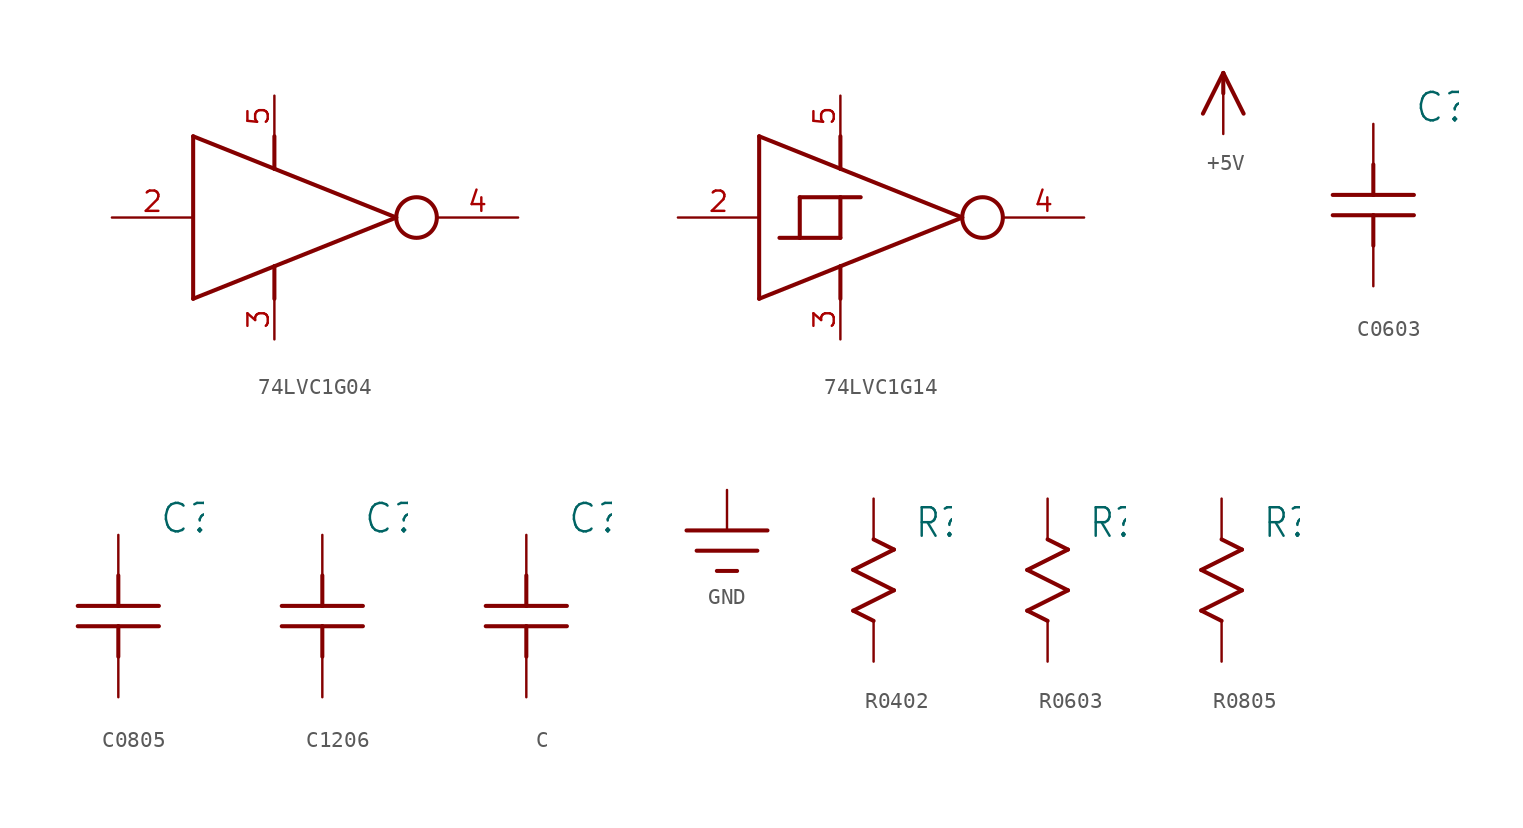
<source format=kicad_sym>
(kicad_symbol_lib
  (version 20231120)
  (generator "kicad_symbol_editor")
  (generator_version "8.0")
  (symbol "74LVC1G04"
    (property "Reference" ""
      (at 5.08 7.62 0)
      (effects (font (size 1.27 1.079)) (justify left bottom) (hide yes)))
    (property "Value" ""
      (at 5.08 5.08 0)
      (effects (font (size 1.27 1.079)) (justify left bottom)))
    (property "ki_locked" ""
      (at 0 0 0)
      (effects (font (size 1.27 1.27))))
    (symbol "74LVC1G04_1_0"
      (polyline (pts (xy -5.08 -5.08) (xy 0 -3.048)) (stroke (width 0.254) (type solid)) (fill (type none)))
      (polyline (pts (xy -5.08 5.08) (xy -5.08 -5.08)) (stroke (width 0.254) (type solid)) (fill (type none)))
      (polyline (pts (xy 0 -5.08) (xy 0 -3.048)) (stroke (width 0.254) (type solid)) (fill (type none)))
      (polyline (pts (xy 0 -3.048) (xy 7.62 0)) (stroke (width 0.254) (type solid)) (fill (type none)))
      (polyline (pts (xy 0 3.048) (xy -5.08 5.08)) (stroke (width 0.254) (type solid)) (fill (type none)))
      (polyline (pts (xy 0 5.08) (xy 0 3.048)) (stroke (width 0.254) (type solid)) (fill (type none)))
      (polyline (pts (xy 7.62 0) (xy 0 3.048)) (stroke (width 0.254) (type solid)) (fill (type none)))
      (circle (center 8.89 0) (radius 1.27) (stroke (width 0.254) (type solid)) (fill (type none)))
      (pin bidirectional line (at -10.16 0 0) (length 5.08) (name "IN" (effects (font (size 0 0)))) (number "2" (effects (font (size 1.27 1.27)))))
      (pin bidirectional line (at 0 -7.62 90) (length 2.54) (name "GND" (effects (font (size 0 0)))) (number "3" (effects (font (size 1.27 1.27)))))
      (pin bidirectional line (at 15.24 0 180) (length 5.08) (name "OUT" (effects (font (size 0 0)))) (number "4" (effects (font (size 1.27 1.27)))))
      (pin bidirectional line (at 0 7.62 270) (length 2.54) (name "VCC" (effects (font (size 0 0)))) (number "5" (effects (font (size 1.27 1.27)))))))
  (symbol "74LVC1G14"
    (property "Reference" ""
      (at 5.08 7.62 0)
      (effects (font (size 1.27 1.079)) (justify left bottom) (hide yes)))
    (property "Value" ""
      (at 5.08 5.08 0)
      (effects (font (size 1.27 1.079)) (justify left bottom)))
    (property "ki_locked" ""
      (at 0 0 0)
      (effects (font (size 1.27 1.27))))
    (symbol "74LVC1G14_1_0"
      (polyline (pts (xy -5.08 -5.08) (xy 0 -3.048)) (stroke (width 0.254) (type solid)) (fill (type none)))
      (polyline (pts (xy -5.08 5.08) (xy -5.08 -5.08)) (stroke (width 0.254) (type solid)) (fill (type none)))
      (polyline (pts (xy -2.54 -1.27) (xy -3.81 -1.27)) (stroke (width 0.254) (type solid)) (fill (type none)))
      (polyline (pts (xy -2.54 1.27) (xy -2.54 -1.27)) (stroke (width 0.254) (type solid)) (fill (type none)))
      (polyline (pts (xy -2.54 1.27) (xy 0 1.27)) (stroke (width 0.254) (type solid)) (fill (type none)))
      (polyline (pts (xy 0 -5.08) (xy 0 -3.048)) (stroke (width 0.254) (type solid)) (fill (type none)))
      (polyline (pts (xy 0 -3.048) (xy 7.62 0)) (stroke (width 0.254) (type solid)) (fill (type none)))
      (polyline (pts (xy 0 -1.27) (xy -2.54 -1.27)) (stroke (width 0.254) (type solid)) (fill (type none)))
      (polyline (pts (xy 0 1.27) (xy 0 -1.27)) (stroke (width 0.254) (type solid)) (fill (type none)))
      (polyline (pts (xy 0 1.27) (xy 1.27 1.27)) (stroke (width 0.254) (type solid)) (fill (type none)))
      (polyline (pts (xy 0 3.048) (xy -5.08 5.08)) (stroke (width 0.254) (type solid)) (fill (type none)))
      (polyline (pts (xy 0 5.08) (xy 0 3.048)) (stroke (width 0.254) (type solid)) (fill (type none)))
      (polyline (pts (xy 7.62 0) (xy 0 3.048)) (stroke (width 0.254) (type solid)) (fill (type none)))
      (circle (center 8.89 0) (radius 1.27) (stroke (width 0.254) (type solid)) (fill (type none)))
      (pin bidirectional line (at -10.16 0 0) (length 5.08) (name "IN" (effects (font (size 0 0)))) (number "2" (effects (font (size 1.27 1.27)))))
      (pin bidirectional line (at 0 -7.62 90) (length 2.54) (name "GND" (effects (font (size 0 0)))) (number "3" (effects (font (size 1.27 1.27)))))
      (pin bidirectional line (at 15.24 0 180) (length 5.08) (name "OUT" (effects (font (size 0 0)))) (number "4" (effects (font (size 1.27 1.27)))))
      (pin bidirectional line (at 0 7.62 270) (length 2.54) (name "VCC" (effects (font (size 0 0)))) (number "5" (effects (font (size 1.27 1.27)))))))
  (symbol "+5V"
    (power)
    (property "Reference" ""
      (at 0 0 0)
      (effects (font (size 1.27 1.27)) (hide yes)))
    (property "Value" ""
      (at 1.27 0 0)
      (effects (font (size 1.27 1.079)) (justify left bottom)))
    (property "ki_locked" ""
      (at 0 0 0)
      (effects (font (size 1.27 1.27))))
    (symbol "+5V_1_0"
      (polyline (pts (xy 0 0) (xy 0 1.27)) (stroke (width 0.254) (type solid)) (fill (type none)))
      (polyline (pts (xy 0 1.27) (xy -1.27 -1.27)) (stroke (width 0.254) (type solid)) (fill (type none)))
      (polyline (pts (xy 0 1.27) (xy 1.27 -1.27)) (stroke (width 0.254) (type solid)) (fill (type none)))
      (pin power_in line (at 0 -2.54 90) (length 2.54) (name "+5V" (effects (font (size 0 0)))) (number "1" (effects (font (size 0 0)))))))
  (symbol "C0603"
    (property "Reference" "C"
      (at 2.54 5.08 0)
      (effects (font (size 1.778 1.778)) (justify left bottom)))
    (property "Value" ""
      (at 2.54 2.54 0)
      (effects (font (size 1.778 1.778)) (justify left bottom)))
    (property "ki_locked" ""
      (at 0 0 0)
      (effects (font (size 1.27 1.27))))
    (symbol "C0603_1_0"
      (polyline (pts (xy -2.54 0.635) (xy 0 0.635)) (stroke (width 0.254) (type solid)) (fill (type none)))
      (polyline (pts (xy 0 -0.635) (xy -2.54 -0.635)) (stroke (width 0.254) (type solid)) (fill (type none)))
      (polyline (pts (xy 0 -0.635) (xy 0 -2.54)) (stroke (width 0.254) (type solid)) (fill (type none)))
      (polyline (pts (xy 0 0.635) (xy 2.54 0.635)) (stroke (width 0.254) (type solid)) (fill (type none)))
      (polyline (pts (xy 0 2.54) (xy 0 0.635)) (stroke (width 0.254) (type solid)) (fill (type none)))
      (polyline (pts (xy 2.54 -0.635) (xy 0 -0.635)) (stroke (width 0.254) (type solid)) (fill (type none)))
      (pin bidirectional line (at 0 -5.08 90) (length 2.54) (name "P$1" (effects (font (size 0 0)))) (number "P$1" (effects (font (size 0 0)))))
      (pin bidirectional line (at 0 5.08 270) (length 2.54) (name "P$2" (effects (font (size 0 0)))) (number "P$2" (effects (font (size 0 0)))))))
  (symbol "C0805"
    (property "Reference" "C"
      (at 2.54 5.08 0)
      (effects (font (size 1.778 1.778)) (justify left bottom)))
    (property "Value" ""
      (at 2.54 2.54 0)
      (effects (font (size 1.778 1.778)) (justify left bottom)))
    (property "ki_locked" ""
      (at 0 0 0)
      (effects (font (size 1.27 1.27))))
    (symbol "C0805_1_0"
      (polyline (pts (xy -2.54 0.635) (xy 0 0.635)) (stroke (width 0.254) (type solid)) (fill (type none)))
      (polyline (pts (xy 0 -0.635) (xy -2.54 -0.635)) (stroke (width 0.254) (type solid)) (fill (type none)))
      (polyline (pts (xy 0 -0.635) (xy 0 -2.54)) (stroke (width 0.254) (type solid)) (fill (type none)))
      (polyline (pts (xy 0 0.635) (xy 2.54 0.635)) (stroke (width 0.254) (type solid)) (fill (type none)))
      (polyline (pts (xy 0 2.54) (xy 0 0.635)) (stroke (width 0.254) (type solid)) (fill (type none)))
      (polyline (pts (xy 2.54 -0.635) (xy 0 -0.635)) (stroke (width 0.254) (type solid)) (fill (type none)))
      (pin bidirectional line (at 0 -5.08 90) (length 2.54) (name "P$1" (effects (font (size 0 0)))) (number "P$1" (effects (font (size 0 0)))))
      (pin bidirectional line (at 0 5.08 270) (length 2.54) (name "P$2" (effects (font (size 0 0)))) (number "P$2" (effects (font (size 0 0)))))))
  (symbol "C1206"
    (property "Reference" "C"
      (at 2.54 5.08 0)
      (effects (font (size 1.778 1.778)) (justify left bottom)))
    (property "Value" ""
      (at 2.54 2.54 0)
      (effects (font (size 1.778 1.778)) (justify left bottom)))
    (property "ki_locked" ""
      (at 0 0 0)
      (effects (font (size 1.27 1.27))))
    (symbol "C1206_1_0"
      (polyline (pts (xy -2.54 0.635) (xy 0 0.635)) (stroke (width 0.254) (type solid)) (fill (type none)))
      (polyline (pts (xy 0 -0.635) (xy -2.54 -0.635)) (stroke (width 0.254) (type solid)) (fill (type none)))
      (polyline (pts (xy 0 -0.635) (xy 0 -2.54)) (stroke (width 0.254) (type solid)) (fill (type none)))
      (polyline (pts (xy 0 0.635) (xy 2.54 0.635)) (stroke (width 0.254) (type solid)) (fill (type none)))
      (polyline (pts (xy 0 2.54) (xy 0 0.635)) (stroke (width 0.254) (type solid)) (fill (type none)))
      (polyline (pts (xy 2.54 -0.635) (xy 0 -0.635)) (stroke (width 0.254) (type solid)) (fill (type none)))
      (pin bidirectional line (at 0 -5.08 90) (length 2.54) (name "P$1" (effects (font (size 0 0)))) (number "P$1" (effects (font (size 0 0)))))
      (pin bidirectional line (at 0 5.08 270) (length 2.54) (name "P$2" (effects (font (size 0 0)))) (number "P$2" (effects (font (size 0 0)))))))
  (symbol "C"
    (property "Reference" "C"
      (at 2.54 5.08 0)
      (effects (font (size 1.778 1.778)) (justify left bottom)))
    (property "Value" ""
      (at 2.54 2.54 0)
      (effects (font (size 1.778 1.778)) (justify left bottom)))
    (property "ki_locked" ""
      (at 0 0 0)
      (effects (font (size 1.27 1.27))))
    (symbol "C_1_0"
      (polyline (pts (xy -2.54 0.635) (xy 0 0.635)) (stroke (width 0.254) (type solid)) (fill (type none)))
      (polyline (pts (xy 0 -0.635) (xy -2.54 -0.635)) (stroke (width 0.254) (type solid)) (fill (type none)))
      (polyline (pts (xy 0 -0.635) (xy 0 -2.54)) (stroke (width 0.254) (type solid)) (fill (type none)))
      (polyline (pts (xy 0 0.635) (xy 2.54 0.635)) (stroke (width 0.254) (type solid)) (fill (type none)))
      (polyline (pts (xy 0 2.54) (xy 0 0.635)) (stroke (width 0.254) (type solid)) (fill (type none)))
      (polyline (pts (xy 2.54 -0.635) (xy 0 -0.635)) (stroke (width 0.254) (type solid)) (fill (type none)))
      (pin bidirectional line (at 0 -5.08 90) (length 2.54) (name "P$1" (effects (font (size 0 0)))) (number "1" (effects (font (size 0 0)))))
      (pin bidirectional line (at 0 5.08 270) (length 2.54) (name "P$2" (effects (font (size 0 0)))) (number "2" (effects (font (size 0 0)))))))
  (symbol "GND"
    (power)
    (property "Reference" ""
      (at 0 0 0)
      (effects (font (size 1.27 1.27)) (hide yes)))
    (property "ki_locked" ""
      (at 0 0 0)
      (effects (font (size 1.27 1.27))))
    (symbol "GND_1_0"
      (polyline (pts (xy -2.54 -2.54) (xy 2.54 -2.54)) (stroke (width 0.254) (type solid)) (fill (type none)))
      (polyline (pts (xy -1.905 -3.81) (xy 1.905 -3.81)) (stroke (width 0.254) (type solid)) (fill (type none)))
      (polyline (pts (xy -0.635 -5.08) (xy 0.635 -5.08)) (stroke (width 0.254) (type solid)) (fill (type none)))
      (pin power_in line (at 0 0 270) (length 2.54) (name "GND" (effects (font (size 0 0)))) (number "1" (effects (font (size 0 0)))))))
  (symbol "R0402"
    (property "Reference" "R"
      (at 2.54 2.54 0)
      (effects (font (size 1.778 1.511)) (justify left bottom)))
    (property "Value" ""
      (at 2.54 0 0)
      (effects (font (size 1.778 1.511)) (justify left bottom)))
    (property "ki_locked" ""
      (at 0 0 0)
      (effects (font (size 1.27 1.27))))
    (symbol "R0402_1_0"
      (polyline (pts (xy -1.27 -1.905) (xy 0 -2.54)) (stroke (width 0.254) (type solid)) (fill (type none)))
      (polyline (pts (xy -1.27 0.635) (xy 1.27 -0.635)) (stroke (width 0.254) (type solid)) (fill (type none)))
      (polyline (pts (xy 0 2.54) (xy 1.27 1.905)) (stroke (width 0.254) (type solid)) (fill (type none)))
      (polyline (pts (xy 1.27 -0.635) (xy -1.27 -1.905)) (stroke (width 0.254) (type solid)) (fill (type none)))
      (polyline (pts (xy 1.27 1.905) (xy -1.27 0.635)) (stroke (width 0.254) (type solid)) (fill (type none)))
      (pin bidirectional line (at 0 5.08 270) (length 2.54) (name "P$3" (effects (font (size 0 0)))) (number "1" (effects (font (size 0 0)))))
      (pin bidirectional line (at 0 -5.08 90) (length 2.54) (name "P$4" (effects (font (size 0 0)))) (number "2" (effects (font (size 0 0)))))))
  (symbol "R0603"
    (property "Reference" "R"
      (at 2.54 2.54 0)
      (effects (font (size 1.778 1.511)) (justify left bottom)))
    (property "Value" ""
      (at 2.54 0 0)
      (effects (font (size 1.778 1.511)) (justify left bottom)))
    (property "ki_locked" ""
      (at 0 0 0)
      (effects (font (size 1.27 1.27))))
    (symbol "R0603_1_0"
      (polyline (pts (xy -1.27 -1.905) (xy 0 -2.54)) (stroke (width 0.254) (type solid)) (fill (type none)))
      (polyline (pts (xy -1.27 0.635) (xy 1.27 -0.635)) (stroke (width 0.254) (type solid)) (fill (type none)))
      (polyline (pts (xy 0 2.54) (xy 1.27 1.905)) (stroke (width 0.254) (type solid)) (fill (type none)))
      (polyline (pts (xy 1.27 -0.635) (xy -1.27 -1.905)) (stroke (width 0.254) (type solid)) (fill (type none)))
      (polyline (pts (xy 1.27 1.905) (xy -1.27 0.635)) (stroke (width 0.254) (type solid)) (fill (type none)))
      (pin bidirectional line (at 0 5.08 270) (length 2.54) (name "P$3" (effects (font (size 0 0)))) (number "P$1" (effects (font (size 0 0)))))
      (pin bidirectional line (at 0 -5.08 90) (length 2.54) (name "P$4" (effects (font (size 0 0)))) (number "P$2" (effects (font (size 0 0)))))))
  (symbol "R0805"
    (property "Reference" "R"
      (at 2.54 2.54 0)
      (effects (font (size 1.778 1.511)) (justify left bottom)))
    (property "Value" ""
      (at 2.54 0 0)
      (effects (font (size 1.778 1.511)) (justify left bottom)))
    (property "ki_locked" ""
      (at 0 0 0)
      (effects (font (size 1.27 1.27))))
    (symbol "R0805_1_0"
      (polyline (pts (xy -1.27 -1.905) (xy 0 -2.54)) (stroke (width 0.254) (type solid)) (fill (type none)))
      (polyline (pts (xy -1.27 0.635) (xy 1.27 -0.635)) (stroke (width 0.254) (type solid)) (fill (type none)))
      (polyline (pts (xy 0 2.54) (xy 1.27 1.905)) (stroke (width 0.254) (type solid)) (fill (type none)))
      (polyline (pts (xy 1.27 -0.635) (xy -1.27 -1.905)) (stroke (width 0.254) (type solid)) (fill (type none)))
      (polyline (pts (xy 1.27 1.905) (xy -1.27 0.635)) (stroke (width 0.254) (type solid)) (fill (type none)))
      (pin bidirectional line (at 0 5.08 270) (length 2.54) (name "P$3" (effects (font (size 0 0)))) (number "P$1" (effects (font (size 0 0)))))
      (pin bidirectional line (at 0 -5.08 90) (length 2.54) (name "P$4" (effects (font (size 0 0)))) (number "P$2" (effects (font (size 0 0))))))))
</source>
